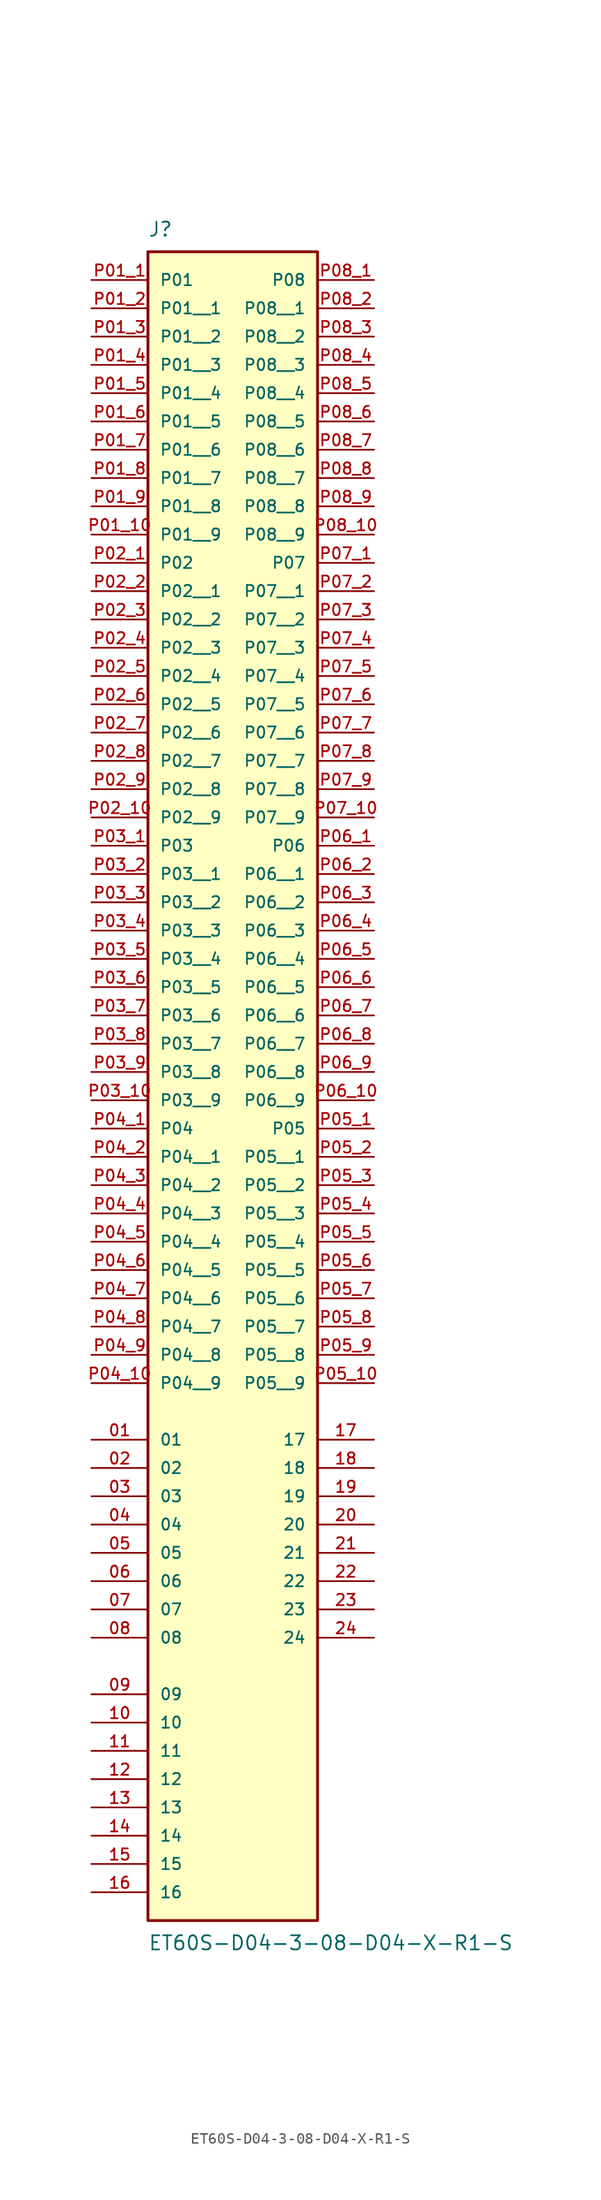
<source format=kicad_sym>
(kicad_symbol_lib
  (version 20211014)
  (generator kicad_symbol_editor)
  (symbol "ET60S-D04-3-08-D04-X-R1-S"
    (pin_names
      (offset 1.016))
    (property "Reference" "J"
      (at -7.62 29.21 0)
      (effects (font (size 1.27 1.27)) (justify bottom left)))
    (property "Value" "ET60S-D04-3-08-D04-X-R1-S"
      (at -7.62 -123.19 0)
      (effects (font (size 1.27 1.27)) (justify top left)))
    (symbol "ET60S-D04-3-08-D04-X-R1-S_0_0"
      (rectangle (start -7.62 -121.92) (end 7.62 27.94) (stroke (width 0.254)) (fill (type background)))
      (pin power_in line (at -12.7 25.4 0) (length 5.08) (name "P01" (effects (font (size 1.016 1.016)))) (number "P01_1" (effects (font (size 1.016 1.016)))))
      (pin power_in line (at -12.7 0.0 0) (length 5.08) (name "P02" (effects (font (size 1.016 1.016)))) (number "P02_1" (effects (font (size 1.016 1.016)))))
      (pin power_in line (at -12.7 -25.4 0) (length 5.08) (name "P03" (effects (font (size 1.016 1.016)))) (number "P03_1" (effects (font (size 1.016 1.016)))))
      (pin power_in line (at -12.7 -50.8 0) (length 5.08) (name "P04" (effects (font (size 1.016 1.016)))) (number "P04_1" (effects (font (size 1.016 1.016)))))
      (pin power_in line (at 12.7 25.4 180.0) (length 5.08) (name "P08" (effects (font (size 1.016 1.016)))) (number "P08_1" (effects (font (size 1.016 1.016)))))
      (pin power_in line (at 12.7 0.0 180.0) (length 5.08) (name "P07" (effects (font (size 1.016 1.016)))) (number "P07_1" (effects (font (size 1.016 1.016)))))
      (pin power_in line (at 12.7 -25.4 180.0) (length 5.08) (name "P06" (effects (font (size 1.016 1.016)))) (number "P06_1" (effects (font (size 1.016 1.016)))))
      (pin power_in line (at 12.7 -50.8 180.0) (length 5.08) (name "P05" (effects (font (size 1.016 1.016)))) (number "P05_1" (effects (font (size 1.016 1.016)))))
      (pin passive line (at -12.7 -78.74 0) (length 5.08) (name "01" (effects (font (size 1.016 1.016)))) (number "01" (effects (font (size 1.016 1.016)))))
      (pin passive line (at -12.7 -81.28 0) (length 5.08) (name "02" (effects (font (size 1.016 1.016)))) (number "02" (effects (font (size 1.016 1.016)))))
      (pin passive line (at -12.7 -83.82 0) (length 5.08) (name "03" (effects (font (size 1.016 1.016)))) (number "03" (effects (font (size 1.016 1.016)))))
      (pin passive line (at -12.7 -86.36 0) (length 5.08) (name "04" (effects (font (size 1.016 1.016)))) (number "04" (effects (font (size 1.016 1.016)))))
      (pin passive line (at -12.7 -88.9 0) (length 5.08) (name "05" (effects (font (size 1.016 1.016)))) (number "05" (effects (font (size 1.016 1.016)))))
      (pin passive line (at -12.7 -91.44 0) (length 5.08) (name "06" (effects (font (size 1.016 1.016)))) (number "06" (effects (font (size 1.016 1.016)))))
      (pin passive line (at -12.7 -93.98 0) (length 5.08) (name "07" (effects (font (size 1.016 1.016)))) (number "07" (effects (font (size 1.016 1.016)))))
      (pin passive line (at -12.7 -96.52 0) (length 5.08) (name "08" (effects (font (size 1.016 1.016)))) (number "08" (effects (font (size 1.016 1.016)))))
      (pin passive line (at -12.7 -101.6 0) (length 5.08) (name "09" (effects (font (size 1.016 1.016)))) (number "09" (effects (font (size 1.016 1.016)))))
      (pin passive line (at -12.7 -104.14 0) (length 5.08) (name "10" (effects (font (size 1.016 1.016)))) (number "10" (effects (font (size 1.016 1.016)))))
      (pin passive line (at -12.7 -106.68 0) (length 5.08) (name "11" (effects (font (size 1.016 1.016)))) (number "11" (effects (font (size 1.016 1.016)))))
      (pin passive line (at -12.7 -109.22 0) (length 5.08) (name "12" (effects (font (size 1.016 1.016)))) (number "12" (effects (font (size 1.016 1.016)))))
      (pin passive line (at -12.7 -111.76 0) (length 5.08) (name "13" (effects (font (size 1.016 1.016)))) (number "13" (effects (font (size 1.016 1.016)))))
      (pin passive line (at -12.7 -114.3 0) (length 5.08) (name "14" (effects (font (size 1.016 1.016)))) (number "14" (effects (font (size 1.016 1.016)))))
      (pin passive line (at -12.7 -116.84 0) (length 5.08) (name "15" (effects (font (size 1.016 1.016)))) (number "15" (effects (font (size 1.016 1.016)))))
      (pin passive line (at -12.7 -119.38 0) (length 5.08) (name "16" (effects (font (size 1.016 1.016)))) (number "16" (effects (font (size 1.016 1.016)))))
      (pin passive line (at 12.7 -78.74 180.0) (length 5.08) (name "17" (effects (font (size 1.016 1.016)))) (number "17" (effects (font (size 1.016 1.016)))))
      (pin passive line (at 12.7 -81.28 180.0) (length 5.08) (name "18" (effects (font (size 1.016 1.016)))) (number "18" (effects (font (size 1.016 1.016)))))
      (pin passive line (at 12.7 -83.82 180.0) (length 5.08) (name "19" (effects (font (size 1.016 1.016)))) (number "19" (effects (font (size 1.016 1.016)))))
      (pin passive line (at 12.7 -86.36 180.0) (length 5.08) (name "20" (effects (font (size 1.016 1.016)))) (number "20" (effects (font (size 1.016 1.016)))))
      (pin passive line (at 12.7 -88.9 180.0) (length 5.08) (name "21" (effects (font (size 1.016 1.016)))) (number "21" (effects (font (size 1.016 1.016)))))
      (pin passive line (at 12.7 -91.44 180.0) (length 5.08) (name "22" (effects (font (size 1.016 1.016)))) (number "22" (effects (font (size 1.016 1.016)))))
      (pin passive line (at 12.7 -93.98 180.0) (length 5.08) (name "23" (effects (font (size 1.016 1.016)))) (number "23" (effects (font (size 1.016 1.016)))))
      (pin passive line (at 12.7 -96.52 180.0) (length 5.08) (name "24" (effects (font (size 1.016 1.016)))) (number "24" (effects (font (size 1.016 1.016)))))
      (pin power_in line (at -12.7 22.86 0) (length 5.08) (name "P01__1" (effects (font (size 1.016 1.016)))) (number "P01_2" (effects (font (size 1.016 1.016)))))
      (pin power_in line (at -12.7 20.32 0) (length 5.08) (name "P01__2" (effects (font (size 1.016 1.016)))) (number "P01_3" (effects (font (size 1.016 1.016)))))
      (pin power_in line (at -12.7 17.78 0) (length 5.08) (name "P01__3" (effects (font (size 1.016 1.016)))) (number "P01_4" (effects (font (size 1.016 1.016)))))
      (pin power_in line (at -12.7 15.24 0) (length 5.08) (name "P01__4" (effects (font (size 1.016 1.016)))) (number "P01_5" (effects (font (size 1.016 1.016)))))
      (pin power_in line (at -12.7 12.7 0) (length 5.08) (name "P01__5" (effects (font (size 1.016 1.016)))) (number "P01_6" (effects (font (size 1.016 1.016)))))
      (pin power_in line (at -12.7 10.16 0) (length 5.08) (name "P01__6" (effects (font (size 1.016 1.016)))) (number "P01_7" (effects (font (size 1.016 1.016)))))
      (pin power_in line (at -12.7 7.62 0) (length 5.08) (name "P01__7" (effects (font (size 1.016 1.016)))) (number "P01_8" (effects (font (size 1.016 1.016)))))
      (pin power_in line (at -12.7 5.08 0) (length 5.08) (name "P01__8" (effects (font (size 1.016 1.016)))) (number "P01_9" (effects (font (size 1.016 1.016)))))
      (pin power_in line (at -12.7 2.54 0) (length 5.08) (name "P01__9" (effects (font (size 1.016 1.016)))) (number "P01_10" (effects (font (size 1.016 1.016)))))
      (pin power_in line (at -12.7 -2.54 0) (length 5.08) (name "P02__1" (effects (font (size 1.016 1.016)))) (number "P02_2" (effects (font (size 1.016 1.016)))))
      (pin power_in line (at -12.7 -5.08 0) (length 5.08) (name "P02__2" (effects (font (size 1.016 1.016)))) (number "P02_3" (effects (font (size 1.016 1.016)))))
      (pin power_in line (at -12.7 -7.62 0) (length 5.08) (name "P02__3" (effects (font (size 1.016 1.016)))) (number "P02_4" (effects (font (size 1.016 1.016)))))
      (pin power_in line (at -12.7 -10.16 0) (length 5.08) (name "P02__4" (effects (font (size 1.016 1.016)))) (number "P02_5" (effects (font (size 1.016 1.016)))))
      (pin power_in line (at -12.7 -12.7 0) (length 5.08) (name "P02__5" (effects (font (size 1.016 1.016)))) (number "P02_6" (effects (font (size 1.016 1.016)))))
      (pin power_in line (at -12.7 -15.24 0) (length 5.08) (name "P02__6" (effects (font (size 1.016 1.016)))) (number "P02_7" (effects (font (size 1.016 1.016)))))
      (pin power_in line (at -12.7 -17.78 0) (length 5.08) (name "P02__7" (effects (font (size 1.016 1.016)))) (number "P02_8" (effects (font (size 1.016 1.016)))))
      (pin power_in line (at -12.7 -20.32 0) (length 5.08) (name "P02__8" (effects (font (size 1.016 1.016)))) (number "P02_9" (effects (font (size 1.016 1.016)))))
      (pin power_in line (at -12.7 -22.86 0) (length 5.08) (name "P02__9" (effects (font (size 1.016 1.016)))) (number "P02_10" (effects (font (size 1.016 1.016)))))
      (pin power_in line (at -12.7 -27.94 0) (length 5.08) (name "P03__1" (effects (font (size 1.016 1.016)))) (number "P03_2" (effects (font (size 1.016 1.016)))))
      (pin power_in line (at -12.7 -30.48 0) (length 5.08) (name "P03__2" (effects (font (size 1.016 1.016)))) (number "P03_3" (effects (font (size 1.016 1.016)))))
      (pin power_in line (at -12.7 -33.02 0) (length 5.08) (name "P03__3" (effects (font (size 1.016 1.016)))) (number "P03_4" (effects (font (size 1.016 1.016)))))
      (pin power_in line (at -12.7 -35.56 0) (length 5.08) (name "P03__4" (effects (font (size 1.016 1.016)))) (number "P03_5" (effects (font (size 1.016 1.016)))))
      (pin power_in line (at -12.7 -38.1 0) (length 5.08) (name "P03__5" (effects (font (size 1.016 1.016)))) (number "P03_6" (effects (font (size 1.016 1.016)))))
      (pin power_in line (at -12.7 -40.64 0) (length 5.08) (name "P03__6" (effects (font (size 1.016 1.016)))) (number "P03_7" (effects (font (size 1.016 1.016)))))
      (pin power_in line (at -12.7 -43.18 0) (length 5.08) (name "P03__7" (effects (font (size 1.016 1.016)))) (number "P03_8" (effects (font (size 1.016 1.016)))))
      (pin power_in line (at -12.7 -45.72 0) (length 5.08) (name "P03__8" (effects (font (size 1.016 1.016)))) (number "P03_9" (effects (font (size 1.016 1.016)))))
      (pin power_in line (at -12.7 -48.26 0) (length 5.08) (name "P03__9" (effects (font (size 1.016 1.016)))) (number "P03_10" (effects (font (size 1.016 1.016)))))
      (pin power_in line (at -12.7 -53.34 0) (length 5.08) (name "P04__1" (effects (font (size 1.016 1.016)))) (number "P04_2" (effects (font (size 1.016 1.016)))))
      (pin power_in line (at -12.7 -55.88 0) (length 5.08) (name "P04__2" (effects (font (size 1.016 1.016)))) (number "P04_3" (effects (font (size 1.016 1.016)))))
      (pin power_in line (at -12.7 -58.42 0) (length 5.08) (name "P04__3" (effects (font (size 1.016 1.016)))) (number "P04_4" (effects (font (size 1.016 1.016)))))
      (pin power_in line (at -12.7 -60.96 0) (length 5.08) (name "P04__4" (effects (font (size 1.016 1.016)))) (number "P04_5" (effects (font (size 1.016 1.016)))))
      (pin power_in line (at -12.7 -63.5 0) (length 5.08) (name "P04__5" (effects (font (size 1.016 1.016)))) (number "P04_6" (effects (font (size 1.016 1.016)))))
      (pin power_in line (at -12.7 -66.04 0) (length 5.08) (name "P04__6" (effects (font (size 1.016 1.016)))) (number "P04_7" (effects (font (size 1.016 1.016)))))
      (pin power_in line (at -12.7 -68.58 0) (length 5.08) (name "P04__7" (effects (font (size 1.016 1.016)))) (number "P04_8" (effects (font (size 1.016 1.016)))))
      (pin power_in line (at -12.7 -71.12 0) (length 5.08) (name "P04__8" (effects (font (size 1.016 1.016)))) (number "P04_9" (effects (font (size 1.016 1.016)))))
      (pin power_in line (at -12.7 -73.66 0) (length 5.08) (name "P04__9" (effects (font (size 1.016 1.016)))) (number "P04_10" (effects (font (size 1.016 1.016)))))
      (pin power_in line (at 12.7 22.86 180.0) (length 5.08) (name "P08__1" (effects (font (size 1.016 1.016)))) (number "P08_2" (effects (font (size 1.016 1.016)))))
      (pin power_in line (at 12.7 20.32 180.0) (length 5.08) (name "P08__2" (effects (font (size 1.016 1.016)))) (number "P08_3" (effects (font (size 1.016 1.016)))))
      (pin power_in line (at 12.7 17.78 180.0) (length 5.08) (name "P08__3" (effects (font (size 1.016 1.016)))) (number "P08_4" (effects (font (size 1.016 1.016)))))
      (pin power_in line (at 12.7 15.24 180.0) (length 5.08) (name "P08__4" (effects (font (size 1.016 1.016)))) (number "P08_5" (effects (font (size 1.016 1.016)))))
      (pin power_in line (at 12.7 12.7 180.0) (length 5.08) (name "P08__5" (effects (font (size 1.016 1.016)))) (number "P08_6" (effects (font (size 1.016 1.016)))))
      (pin power_in line (at 12.7 10.16 180.0) (length 5.08) (name "P08__6" (effects (font (size 1.016 1.016)))) (number "P08_7" (effects (font (size 1.016 1.016)))))
      (pin power_in line (at 12.7 7.62 180.0) (length 5.08) (name "P08__7" (effects (font (size 1.016 1.016)))) (number "P08_8" (effects (font (size 1.016 1.016)))))
      (pin power_in line (at 12.7 5.08 180.0) (length 5.08) (name "P08__8" (effects (font (size 1.016 1.016)))) (number "P08_9" (effects (font (size 1.016 1.016)))))
      (pin power_in line (at 12.7 2.54 180.0) (length 5.08) (name "P08__9" (effects (font (size 1.016 1.016)))) (number "P08_10" (effects (font (size 1.016 1.016)))))
      (pin power_in line (at 12.7 -2.54 180.0) (length 5.08) (name "P07__1" (effects (font (size 1.016 1.016)))) (number "P07_2" (effects (font (size 1.016 1.016)))))
      (pin power_in line (at 12.7 -5.08 180.0) (length 5.08) (name "P07__2" (effects (font (size 1.016 1.016)))) (number "P07_3" (effects (font (size 1.016 1.016)))))
      (pin power_in line (at 12.7 -7.62 180.0) (length 5.08) (name "P07__3" (effects (font (size 1.016 1.016)))) (number "P07_4" (effects (font (size 1.016 1.016)))))
      (pin power_in line (at 12.7 -10.16 180.0) (length 5.08) (name "P07__4" (effects (font (size 1.016 1.016)))) (number "P07_5" (effects (font (size 1.016 1.016)))))
      (pin power_in line (at 12.7 -12.7 180.0) (length 5.08) (name "P07__5" (effects (font (size 1.016 1.016)))) (number "P07_6" (effects (font (size 1.016 1.016)))))
      (pin power_in line (at 12.7 -15.24 180.0) (length 5.08) (name "P07__6" (effects (font (size 1.016 1.016)))) (number "P07_7" (effects (font (size 1.016 1.016)))))
      (pin power_in line (at 12.7 -17.78 180.0) (length 5.08) (name "P07__7" (effects (font (size 1.016 1.016)))) (number "P07_8" (effects (font (size 1.016 1.016)))))
      (pin power_in line (at 12.7 -20.32 180.0) (length 5.08) (name "P07__8" (effects (font (size 1.016 1.016)))) (number "P07_9" (effects (font (size 1.016 1.016)))))
      (pin power_in line (at 12.7 -22.86 180.0) (length 5.08) (name "P07__9" (effects (font (size 1.016 1.016)))) (number "P07_10" (effects (font (size 1.016 1.016)))))
      (pin power_in line (at 12.7 -27.94 180.0) (length 5.08) (name "P06__1" (effects (font (size 1.016 1.016)))) (number "P06_2" (effects (font (size 1.016 1.016)))))
      (pin power_in line (at 12.7 -30.48 180.0) (length 5.08) (name "P06__2" (effects (font (size 1.016 1.016)))) (number "P06_3" (effects (font (size 1.016 1.016)))))
      (pin power_in line (at 12.7 -33.02 180.0) (length 5.08) (name "P06__3" (effects (font (size 1.016 1.016)))) (number "P06_4" (effects (font (size 1.016 1.016)))))
      (pin power_in line (at 12.7 -35.56 180.0) (length 5.08) (name "P06__4" (effects (font (size 1.016 1.016)))) (number "P06_5" (effects (font (size 1.016 1.016)))))
      (pin power_in line (at 12.7 -38.1 180.0) (length 5.08) (name "P06__5" (effects (font (size 1.016 1.016)))) (number "P06_6" (effects (font (size 1.016 1.016)))))
      (pin power_in line (at 12.7 -40.64 180.0) (length 5.08) (name "P06__6" (effects (font (size 1.016 1.016)))) (number "P06_7" (effects (font (size 1.016 1.016)))))
      (pin power_in line (at 12.7 -43.18 180.0) (length 5.08) (name "P06__7" (effects (font (size 1.016 1.016)))) (number "P06_8" (effects (font (size 1.016 1.016)))))
      (pin power_in line (at 12.7 -45.72 180.0) (length 5.08) (name "P06__8" (effects (font (size 1.016 1.016)))) (number "P06_9" (effects (font (size 1.016 1.016)))))
      (pin power_in line (at 12.7 -48.26 180.0) (length 5.08) (name "P06__9" (effects (font (size 1.016 1.016)))) (number "P06_10" (effects (font (size 1.016 1.016)))))
      (pin power_in line (at 12.7 -53.34 180.0) (length 5.08) (name "P05__1" (effects (font (size 1.016 1.016)))) (number "P05_2" (effects (font (size 1.016 1.016)))))
      (pin power_in line (at 12.7 -55.88 180.0) (length 5.08) (name "P05__2" (effects (font (size 1.016 1.016)))) (number "P05_3" (effects (font (size 1.016 1.016)))))
      (pin power_in line (at 12.7 -58.42 180.0) (length 5.08) (name "P05__3" (effects (font (size 1.016 1.016)))) (number "P05_4" (effects (font (size 1.016 1.016)))))
      (pin power_in line (at 12.7 -60.96 180.0) (length 5.08) (name "P05__4" (effects (font (size 1.016 1.016)))) (number "P05_5" (effects (font (size 1.016 1.016)))))
      (pin power_in line (at 12.7 -63.5 180.0) (length 5.08) (name "P05__5" (effects (font (size 1.016 1.016)))) (number "P05_6" (effects (font (size 1.016 1.016)))))
      (pin power_in line (at 12.7 -66.04 180.0) (length 5.08) (name "P05__6" (effects (font (size 1.016 1.016)))) (number "P05_7" (effects (font (size 1.016 1.016)))))
      (pin power_in line (at 12.7 -68.58 180.0) (length 5.08) (name "P05__7" (effects (font (size 1.016 1.016)))) (number "P05_8" (effects (font (size 1.016 1.016)))))
      (pin power_in line (at 12.7 -71.12 180.0) (length 5.08) (name "P05__8" (effects (font (size 1.016 1.016)))) (number "P05_9" (effects (font (size 1.016 1.016)))))
      (pin power_in line (at 12.7 -73.66 180.0) (length 5.08) (name "P05__9" (effects (font (size 1.016 1.016)))) (number "P05_10" (effects (font (size 1.016 1.016))))))))
</source>
